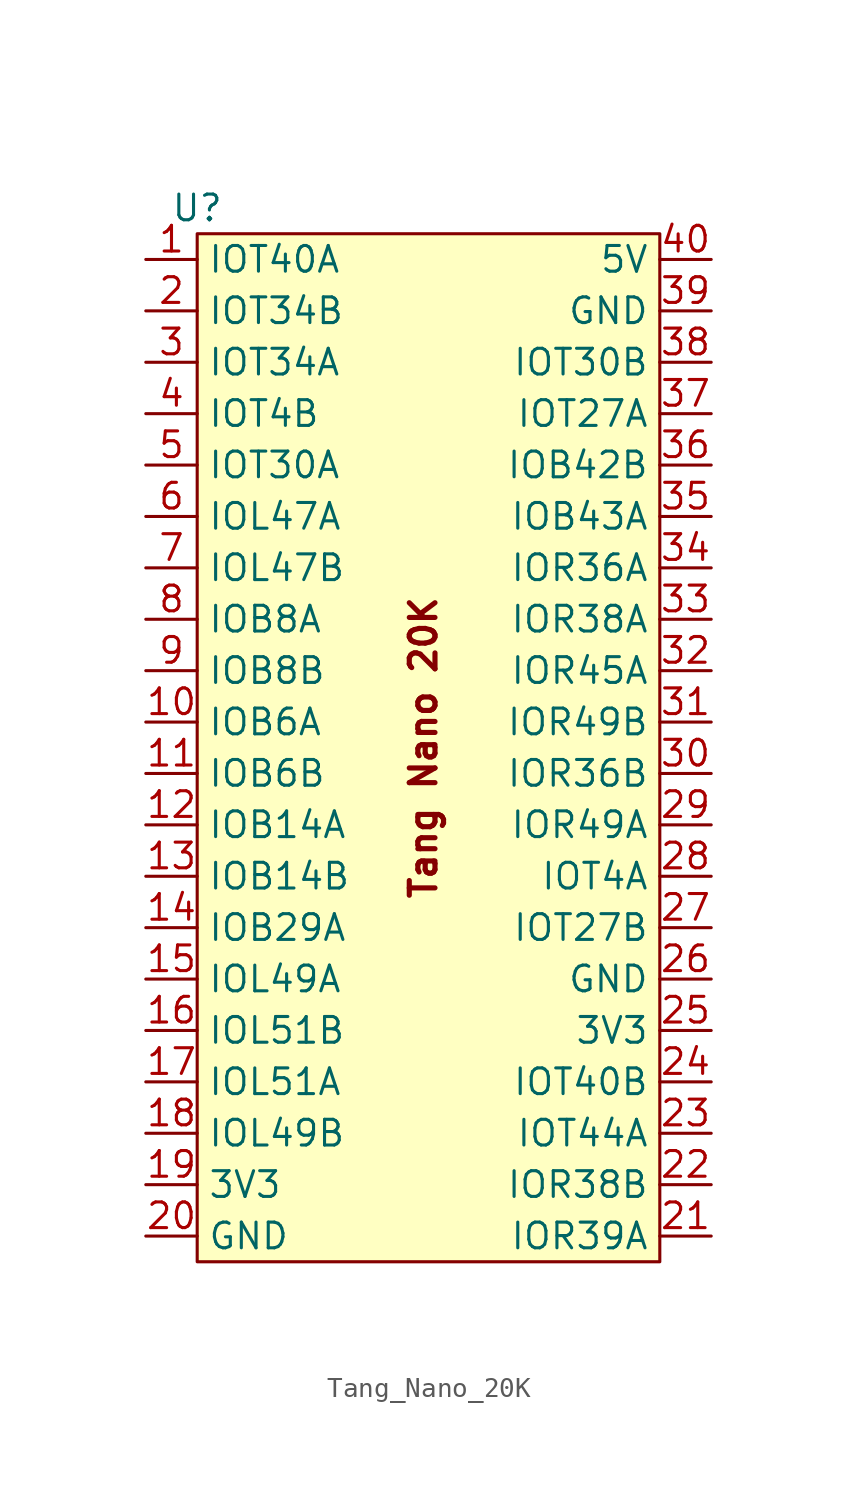
<source format=kicad_sym>
(kicad_symbol_lib
  (version 20231120)
  (generator "kicad_symbol_editor")
  (generator_version "8.0")
  (symbol "Tang_Nano_20K"
    (property "Reference" "U"
      (at 0 0 0)
      (effects (font (size 1.27 1.27))))
    (property "Value" ""
      (at 0 0 0)
      (effects (font (size 1.27 1.27))))
    (symbol "Tang_Nano_20K_1_1"
      (rectangle (start 0 -1.27) (end 22.86 -52.07) (stroke (width 0) (type default)) (fill (type background)))
      (text "Tang Nano 20K" (at 11.176 -26.67 900) (effects (font (size 1.27 1.27) (thickness 0.254))))
      (pin bidirectional line (at -2.54 -2.54 0) (length 2.54) (name "IOT40A" (effects (font (size 1.27 1.27)))) (number "1" (effects (font (size 1.27 1.27)))))
      (pin bidirectional line (at -2.54 -25.4 0) (length 2.54) (name "IOB6A" (effects (font (size 1.27 1.27)))) (number "10" (effects (font (size 1.27 1.27)))))
      (pin bidirectional line (at -2.54 -27.94 0) (length 2.54) (name "IOB6B" (effects (font (size 1.27 1.27)))) (number "11" (effects (font (size 1.27 1.27)))))
      (pin bidirectional line (at -2.54 -30.48 0) (length 2.54) (name "IOB14A" (effects (font (size 1.27 1.27)))) (number "12" (effects (font (size 1.27 1.27)))))
      (pin bidirectional line (at -2.54 -33.02 0) (length 2.54) (name "IOB14B" (effects (font (size 1.27 1.27)))) (number "13" (effects (font (size 1.27 1.27)))))
      (pin bidirectional line (at -2.54 -35.56 0) (length 2.54) (name "IOB29A" (effects (font (size 1.27 1.27)))) (number "14" (effects (font (size 1.27 1.27)))))
      (pin bidirectional line (at -2.54 -38.1 0) (length 2.54) (name "IOL49A" (effects (font (size 1.27 1.27)))) (number "15" (effects (font (size 1.27 1.27)))))
      (pin bidirectional line (at -2.54 -40.64 0) (length 2.54) (name "IOL51B" (effects (font (size 1.27 1.27)))) (number "16" (effects (font (size 1.27 1.27)))))
      (pin bidirectional line (at -2.54 -43.18 0) (length 2.54) (name "IOL51A" (effects (font (size 1.27 1.27)))) (number "17" (effects (font (size 1.27 1.27)))))
      (pin bidirectional line (at -2.54 -45.72 0) (length 2.54) (name "IOL49B" (effects (font (size 1.27 1.27)))) (number "18" (effects (font (size 1.27 1.27)))))
      (pin power_out line (at -2.54 -48.26 0) (length 2.54) (name "3V3" (effects (font (size 1.27 1.27)))) (number "19" (effects (font (size 1.27 1.27)))))
      (pin bidirectional line (at -2.54 -5.08 0) (length 2.54) (name "IOT34B" (effects (font (size 1.27 1.27)))) (number "2" (effects (font (size 1.27 1.27)))))
      (pin passive line (at -2.54 -50.8 0) (length 2.54) (name "GND" (effects (font (size 1.27 1.27)))) (number "20" (effects (font (size 1.27 1.27)))))
      (pin bidirectional line (at 25.4 -50.8 180) (length 2.54) (name "IOR39A" (effects (font (size 1.27 1.27)))) (number "21" (effects (font (size 1.27 1.27)))))
      (pin bidirectional line (at 25.4 -48.26 180) (length 2.54) (name "IOR38B" (effects (font (size 1.27 1.27)))) (number "22" (effects (font (size 1.27 1.27)))))
      (pin bidirectional line (at 25.4 -45.72 180) (length 2.54) (name "IOT44A" (effects (font (size 1.27 1.27)))) (number "23" (effects (font (size 1.27 1.27)))))
      (pin bidirectional line (at 25.4 -43.18 180) (length 2.54) (name "IOT40B" (effects (font (size 1.27 1.27)))) (number "24" (effects (font (size 1.27 1.27)))))
      (pin power_out line (at 25.4 -40.64 180) (length 2.54) (name "3V3" (effects (font (size 1.27 1.27)))) (number "25" (effects (font (size 1.27 1.27)))))
      (pin passive line (at 25.4 -38.1 180) (length 2.54) (name "GND" (effects (font (size 1.27 1.27)))) (number "26" (effects (font (size 1.27 1.27)))))
      (pin bidirectional line (at 25.4 -35.56 180) (length 2.54) (name "IOT27B" (effects (font (size 1.27 1.27)))) (number "27" (effects (font (size 1.27 1.27)))))
      (pin bidirectional line (at 25.4 -33.02 180) (length 2.54) (name "IOT4A" (effects (font (size 1.27 1.27)))) (number "28" (effects (font (size 1.27 1.27)))))
      (pin bidirectional line (at 25.4 -30.48 180) (length 2.54) (name "IOR49A" (effects (font (size 1.27 1.27)))) (number "29" (effects (font (size 1.27 1.27)))))
      (pin bidirectional line (at -2.54 -7.62 0) (length 2.54) (name "IOT34A" (effects (font (size 1.27 1.27)))) (number "3" (effects (font (size 1.27 1.27)))))
      (pin bidirectional line (at 25.4 -27.94 180) (length 2.54) (name "IOR36B" (effects (font (size 1.27 1.27)))) (number "30" (effects (font (size 1.27 1.27)))))
      (pin bidirectional line (at 25.4 -25.4 180) (length 2.54) (name "IOR49B" (effects (font (size 1.27 1.27)))) (number "31" (effects (font (size 1.27 1.27)))))
      (pin bidirectional line (at 25.4 -22.86 180) (length 2.54) (name "IOR45A" (effects (font (size 1.27 1.27)))) (number "32" (effects (font (size 1.27 1.27)))))
      (pin bidirectional line (at 25.4 -20.32 180) (length 2.54) (name "IOR38A" (effects (font (size 1.27 1.27)))) (number "33" (effects (font (size 1.27 1.27)))))
      (pin bidirectional line (at 25.4 -17.78 180) (length 2.54) (name "IOR36A" (effects (font (size 1.27 1.27)))) (number "34" (effects (font (size 1.27 1.27)))))
      (pin bidirectional line (at 25.4 -15.24 180) (length 2.54) (name "IOB43A" (effects (font (size 1.27 1.27)))) (number "35" (effects (font (size 1.27 1.27)))))
      (pin bidirectional line (at 25.4 -12.7 180) (length 2.54) (name "IOB42B" (effects (font (size 1.27 1.27)))) (number "36" (effects (font (size 1.27 1.27)))))
      (pin bidirectional line (at 25.4 -10.16 180) (length 2.54) (name "IOT27A" (effects (font (size 1.27 1.27)))) (number "37" (effects (font (size 1.27 1.27)))))
      (pin bidirectional line (at 25.4 -7.62 180) (length 2.54) (name "IOT30B" (effects (font (size 1.27 1.27)))) (number "38" (effects (font (size 1.27 1.27)))))
      (pin passive line (at 25.4 -5.08 180) (length 2.54) (name "GND" (effects (font (size 1.27 1.27)))) (number "39" (effects (font (size 1.27 1.27)))))
      (pin bidirectional line (at -2.54 -10.16 0) (length 2.54) (name "IOT4B" (effects (font (size 1.27 1.27)))) (number "4" (effects (font (size 1.27 1.27)))))
      (pin power_in line (at 25.4 -2.54 180) (length 2.54) (name "5V" (effects (font (size 1.27 1.27)))) (number "40" (effects (font (size 1.27 1.27)))))
      (pin bidirectional line (at -2.54 -12.7 0) (length 2.54) (name "IOT30A" (effects (font (size 1.27 1.27)))) (number "5" (effects (font (size 1.27 1.27)))))
      (pin bidirectional line (at -2.54 -15.24 0) (length 2.54) (name "IOL47A" (effects (font (size 1.27 1.27)))) (number "6" (effects (font (size 1.27 1.27)))))
      (pin bidirectional line (at -2.54 -17.78 0) (length 2.54) (name "IOL47B" (effects (font (size 1.27 1.27)))) (number "7" (effects (font (size 1.27 1.27)))))
      (pin bidirectional line (at -2.54 -20.32 0) (length 2.54) (name "IOB8A" (effects (font (size 1.27 1.27)))) (number "8" (effects (font (size 1.27 1.27)))))
      (pin bidirectional line (at -2.54 -22.86 0) (length 2.54) (name "IOB8B" (effects (font (size 1.27 1.27)))) (number "9" (effects (font (size 1.27 1.27))))))))
</source>
